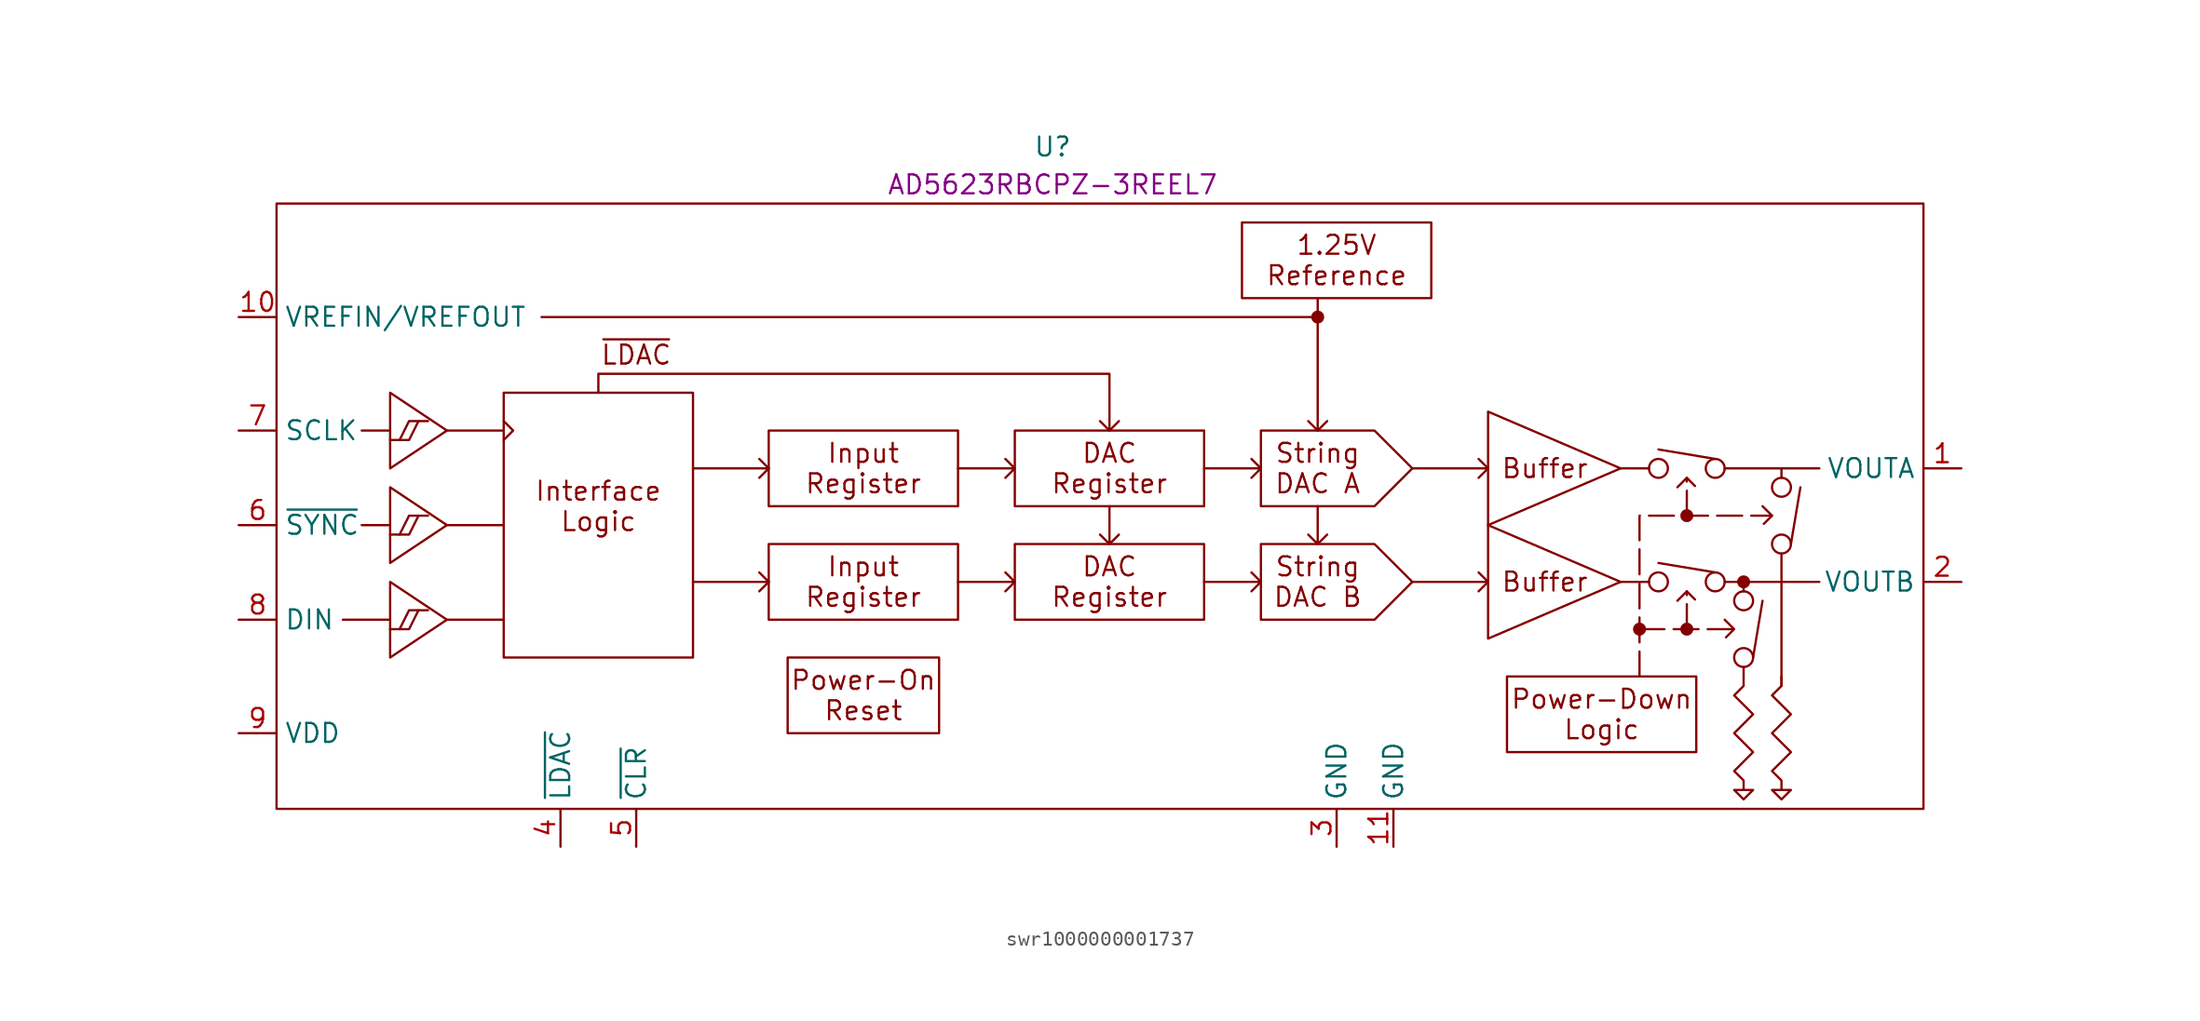
<source format=kicad_sym>
(kicad_symbol_lib
  (version 20220914)
  (generator kicad_symbol_editor)
  (symbol "swr1000000001737"
    (property "Reference" "U"
      (at 0 3.81 0)
      (effects (font (size 1.27 1.27))))
    (property "PartValue" "AD5623RBCPZ-3REEL7"
      (at 0 1.27 0)
      (effects (font (size 1.27 1.27))))
    (symbol "swr1000000001737_0_0"
      (pin output line (at 60.96 -17.78 180) (length 2.54) (name "VOUTA" (effects (font (size 1.27 1.27)))) (number "1" (effects (font (size 1.27 1.27)))))
      (pin power_in line (at -54.61 -7.62 0) (length 2.54) (name "VREFIN/VREFOUT" (effects (font (size 1.27 1.27)))) (number "10" (effects (font (size 1.27 1.27)))))
      (pin output line (at 60.96 -25.4 180) (length 2.54) (name "VOUTB" (effects (font (size 1.27 1.27)))) (number "2" (effects (font (size 1.27 1.27)))))
      (pin power_in line (at 19.05 -43.18 90) (length 2.54) (name "GND" (effects (font (size 1.27 1.27)))) (number "3" (effects (font (size 1.27 1.27)))))
      (pin power_in line (at -33.02 -43.18 90) (length 2.54) (name "~{LDAC}" (effects (font (size 1.27 1.27)))) (number "4" (effects (font (size 1.27 1.27)))))
      (pin power_in line (at -27.94 -43.18 90) (length 2.54) (name "~{CLR}" (effects (font (size 1.27 1.27)))) (number "5" (effects (font (size 1.27 1.27)))))
      (pin power_in line (at -54.61 -21.59 0) (length 2.54) (name "~{SYNC}" (effects (font (size 1.27 1.27)))) (number "6" (effects (font (size 1.27 1.27)))))
      (pin power_in line (at -54.61 -15.24 0) (length 2.54) (name "SCLK" (effects (font (size 1.27 1.27)))) (number "7" (effects (font (size 1.27 1.27)))))
      (pin power_in line (at -54.61 -27.94 0) (length 2.54) (name "DIN" (effects (font (size 1.27 1.27)))) (number "8" (effects (font (size 1.27 1.27)))))
      (pin power_in line (at -54.61 -35.56 0) (length 2.54) (name "VDD" (effects (font (size 1.27 1.27)))) (number "9" (effects (font (size 1.27 1.27))))))
    (symbol "swr1000000001737_0_1"
      (polyline (pts (xy -43.815 -28.575) (xy -43.18 -27.305) (xy -42.545 -27.305)) (stroke (width 0) (type default)) (fill (type none)))
      (polyline (pts (xy -43.815 -22.225) (xy -43.18 -20.955) (xy -42.545 -20.955)) (stroke (width 0) (type default)) (fill (type none)))
      (polyline (pts (xy -43.815 -15.875) (xy -43.18 -14.605) (xy -42.545 -14.605)) (stroke (width 0) (type default)) (fill (type none)))
      (polyline (pts (xy -41.91 -27.305) (xy -42.545 -27.305) (xy -43.18 -28.575) (xy -44.45 -28.575)) (stroke (width 0) (type default)) (fill (type none)))
      (polyline (pts (xy -41.91 -20.955) (xy -42.545 -20.955) (xy -43.18 -22.225) (xy -44.45 -22.225)) (stroke (width 0) (type default)) (fill (type none)))
      (polyline (pts (xy -41.91 -14.605) (xy -42.545 -14.605) (xy -43.18 -15.875) (xy -44.45 -15.875)) (stroke (width 0) (type default)) (fill (type none)))
      (polyline (pts (xy -44.45 -25.4) (xy -44.45 -29.21) (xy -44.45 -30.48) (xy -40.64 -27.94) (xy -44.45 -25.4)) (stroke (width 0) (type default)) (fill (type none)))
      (polyline (pts (xy -44.45 -19.05) (xy -44.45 -22.86) (xy -44.45 -24.13) (xy -40.64 -21.59) (xy -44.45 -19.05)) (stroke (width 0) (type default)) (fill (type none)))
      (polyline (pts (xy -44.45 -12.7) (xy -44.45 -16.51) (xy -44.45 -17.78) (xy -40.64 -15.24) (xy -44.45 -12.7)) (stroke (width 0) (type default)) (fill (type none))))
    (symbol "swr1000000001737_1_0"
      (pin power_in line (at 22.86 -43.18 90) (length 2.54) (name "GND" (effects (font (size 1.27 1.27)))) (number "11" (effects (font (size 1.27 1.27))))))
    (symbol "swr1000000001737_1_1"
      (rectangle (start -52.07 0) (end 58.42 -40.64) (stroke (width 0) (type default)) (fill (type none)))
      (rectangle (start -36.83 -12.7) (end -24.13 -30.48) (stroke (width 0) (type default)) (fill (type none)))
      (rectangle (start -19.05 -22.86) (end -6.35 -27.94) (stroke (width 0) (type default)) (fill (type none)))
      (rectangle (start -19.05 -15.24) (end -6.35 -20.32) (stroke (width 0) (type default)) (fill (type none)))
      (rectangle (start -17.78 -30.48) (end -7.62 -35.56) (stroke (width 0) (type default)) (fill (type none)))
      (rectangle (start -2.54 -22.86) (end 10.16 -27.94) (stroke (width 0) (type default)) (fill (type none)))
      (rectangle (start -2.54 -15.24) (end 10.16 -20.32) (stroke (width 0) (type default)) (fill (type none)))
      (polyline (pts (xy -44.45 -27.94) (xy -47.625 -27.94)) (stroke (width 0) (type default)) (fill (type none)))
      (polyline (pts (xy -44.45 -21.59) (xy -46.355 -21.59)) (stroke (width 0) (type default)) (fill (type none)))
      (polyline (pts (xy -44.45 -15.24) (xy -46.355 -15.24)) (stroke (width 0) (type default)) (fill (type none)))
      (polyline (pts (xy -40.64 -27.94) (xy -36.83 -27.94)) (stroke (width 0) (type default)) (fill (type none)))
      (polyline (pts (xy -40.64 -21.59) (xy -36.83 -21.59)) (stroke (width 0) (type default)) (fill (type none)))
      (polyline (pts (xy -40.64 -15.24) (xy -36.83 -15.24)) (stroke (width 0) (type default)) (fill (type none)))
      (polyline (pts (xy -34.29 -7.62) (xy 17.78 -7.62)) (stroke (width 0) (type default)) (fill (type none)))
      (polyline (pts (xy -24.13 -17.78) (xy -19.05 -17.78)) (stroke (width 0) (type default)) (fill (type none)))
      (polyline (pts (xy -19.05 -25.4) (xy -24.13 -25.4)) (stroke (width 0) (type default)) (fill (type none)))
      (polyline (pts (xy -19.05 -25.4) (xy -19.685 -26.035)) (stroke (width 0) (type default)) (fill (type none)))
      (polyline (pts (xy -19.05 -25.4) (xy -19.685 -24.765)) (stroke (width 0) (type default)) (fill (type none)))
      (polyline (pts (xy -19.05 -17.78) (xy -19.685 -18.415)) (stroke (width 0) (type default)) (fill (type none)))
      (polyline (pts (xy -19.05 -17.78) (xy -19.685 -17.145)) (stroke (width 0) (type default)) (fill (type none)))
      (polyline (pts (xy 17.78 -6.35) (xy 17.78 -15.24)) (stroke (width 0) (type default)) (fill (type none)))
      (polyline (pts (xy 24.13 -25.4) (xy 29.21 -25.4)) (stroke (width 0) (type default)) (fill (type none)))
      (polyline (pts (xy 24.13 -17.78) (xy 29.21 -17.78)) (stroke (width 0) (type default)) (fill (type none)))
      (polyline (pts (xy 38.1 -25.4) (xy 40.005 -25.4)) (stroke (width 0) (type default)) (fill (type none)))
      (polyline (pts (xy 38.1 -17.78) (xy 40.005 -17.78)) (stroke (width 0) (type default)) (fill (type none)))
      (polyline (pts (xy 39.37 -28.575) (xy 45.72 -28.575)) (stroke (width 0) (type dash)) (fill (type none)))
      (polyline (pts (xy 42.545 -28.575) (xy 42.545 -26.035)) (stroke (width 0) (type dash)) (fill (type none)))
      (polyline (pts (xy 42.545 -20.955) (xy 42.545 -18.415)) (stroke (width 0) (type dash)) (fill (type none)))
      (polyline (pts (xy 44.45 -24.765) (xy 40.64 -24.13)) (stroke (width 0) (type default)) (fill (type none)))
      (polyline (pts (xy 44.45 -17.145) (xy 40.64 -16.51)) (stroke (width 0) (type default)) (fill (type none)))
      (polyline (pts (xy 45.085 -25.4) (xy 51.435 -25.4)) (stroke (width 0) (type default)) (fill (type none)))
      (polyline (pts (xy 45.085 -17.78) (xy 51.435 -17.78)) (stroke (width 0) (type default)) (fill (type none)))
      (polyline (pts (xy 46.355 -26.035) (xy 46.355 -25.4)) (stroke (width 0) (type default)) (fill (type none)))
      (polyline (pts (xy 46.99 -30.48) (xy 47.625 -26.67)) (stroke (width 0) (type default)) (fill (type none)))
      (polyline (pts (xy 48.895 -32.385) (xy 48.895 -23.495)) (stroke (width 0) (type default)) (fill (type none)))
      (polyline (pts (xy 48.895 -18.415) (xy 48.895 -17.78)) (stroke (width 0) (type default)) (fill (type none)))
      (polyline (pts (xy 49.53 -22.86) (xy 50.165 -19.05)) (stroke (width 0) (type default)) (fill (type none)))
      (polyline (pts (xy -36.83 -14.605) (xy -36.195 -15.24) (xy -36.83 -15.875)) (stroke (width 0) (type default)) (fill (type none)))
      (polyline (pts (xy 4.445 -14.605) (xy 3.81 -15.24) (xy 3.175 -14.605)) (stroke (width 0) (type default)) (fill (type none)))
      (polyline (pts (xy 39.37 -31.75) (xy 39.37 -20.955) (xy 48.26 -20.955)) (stroke (width 0) (type dash)) (fill (type none)))
      (polyline (pts (xy 41.91 -26.67) (xy 42.545 -26.035) (xy 43.18 -26.67)) (stroke (width 0) (type dash)) (fill (type none)))
      (polyline (pts (xy 41.91 -19.05) (xy 42.545 -18.415) (xy 43.18 -19.05)) (stroke (width 0) (type dash)) (fill (type none)))
      (polyline (pts (xy 45.085 -27.94) (xy 45.72 -28.575) (xy 45.085 -29.21)) (stroke (width 0) (type dash)) (fill (type none)))
      (polyline (pts (xy 47.625 -20.32) (xy 48.26 -20.955) (xy 47.625 -21.59)) (stroke (width 0) (type dash)) (fill (type none)))
      (polyline (pts (xy -30.48 -12.7) (xy -30.48 -11.43) (xy 3.81 -11.43) (xy 3.81 -15.24)) (stroke (width 0) (type default)) (fill (type none)))
      (polyline (pts (xy 17.78 -15.24) (xy 18.415 -14.605) (xy 17.78 -15.24) (xy 17.145 -14.605)) (stroke (width 0) (type default)) (fill (type none)))
      (polyline (pts (xy 29.21 -25.4) (xy 28.575 -24.765) (xy 29.21 -25.4) (xy 28.575 -26.035)) (stroke (width 0) (type default)) (fill (type none)))
      (polyline (pts (xy 29.21 -21.59) (xy 29.21 -29.21) (xy 38.1 -25.4) (xy 29.21 -21.59)) (stroke (width 0) (type default)) (fill (type none)))
      (polyline (pts (xy 29.21 -17.78) (xy 28.575 -17.145) (xy 29.21 -17.78) (xy 28.575 -18.415)) (stroke (width 0) (type default)) (fill (type none)))
      (polyline (pts (xy 29.21 -13.97) (xy 29.21 -21.59) (xy 38.1 -17.78) (xy 29.21 -13.97)) (stroke (width 0) (type default)) (fill (type none)))
      (polyline (pts (xy -6.35 -25.4) (xy -2.54 -25.4) (xy -3.175 -24.765) (xy -2.54 -25.4) (xy -3.175 -26.035)) (stroke (width 0) (type default)) (fill (type none)))
      (polyline (pts (xy -6.35 -17.78) (xy -2.54 -17.78) (xy -3.175 -17.145) (xy -2.54 -17.78) (xy -3.175 -18.415)) (stroke (width 0) (type default)) (fill (type none)))
      (polyline (pts (xy 3.81 -20.32) (xy 3.81 -22.86) (xy 4.445 -22.225) (xy 3.81 -22.86) (xy 3.175 -22.225)) (stroke (width 0) (type default)) (fill (type none)))
      (polyline (pts (xy 10.16 -25.4) (xy 13.97 -25.4) (xy 13.335 -24.765) (xy 13.97 -25.4) (xy 13.335 -26.035)) (stroke (width 0) (type default)) (fill (type none)))
      (polyline (pts (xy 10.16 -17.78) (xy 13.97 -17.78) (xy 13.335 -17.145) (xy 13.97 -17.78) (xy 13.335 -18.415)) (stroke (width 0) (type default)) (fill (type none)))
      (polyline (pts (xy 17.78 -20.32) (xy 17.78 -22.86) (xy 18.415 -22.225) (xy 17.78 -22.86) (xy 17.145 -22.225)) (stroke (width 0) (type default)) (fill (type none)))
      (polyline (pts (xy 13.97 -22.86) (xy 13.97 -27.94) (xy 21.59 -27.94) (xy 24.13 -25.4) (xy 21.59 -22.86) (xy 13.97 -22.86)) (stroke (width 0) (type default)) (fill (type none)))
      (polyline (pts (xy 13.97 -15.24) (xy 13.97 -20.32) (xy 21.59 -20.32) (xy 24.13 -17.78) (xy 21.59 -15.24) (xy 13.97 -15.24)) (stroke (width 0) (type default)) (fill (type none)))
      (polyline (pts (xy 46.355 -31.115) (xy 46.355 -32.385) (xy 45.72 -33.02) (xy 46.99 -34.29) (xy 45.72 -35.56) (xy 46.99 -36.83) (xy 45.72 -38.1) (xy 46.355 -38.735) (xy 46.355 -39.37) (xy 45.72 -39.37) (xy 46.355 -40.005) (xy 46.99 -39.37) (xy 46.355 -39.37)) (stroke (width 0) (type default)) (fill (type none)))
      (polyline (pts (xy 48.895 -31.75) (xy 48.895 -32.385) (xy 48.26 -33.02) (xy 49.53 -34.29) (xy 48.26 -35.56) (xy 49.53 -36.83) (xy 48.26 -38.1) (xy 48.895 -38.735) (xy 48.895 -39.37) (xy 48.26 -39.37) (xy 48.895 -40.005) (xy 49.53 -39.37) (xy 48.895 -39.37)) (stroke (width 0) (type default)) (fill (type none)))
      (rectangle (start 12.7 -1.27) (end 25.4 -6.35) (stroke (width 0) (type default)) (fill (type none)))
      (circle (center 17.78 -7.62) (radius 0.359) (stroke (width 0) (type default)) (fill (type outline)))
      (rectangle (start 30.48 -31.75) (end 43.18 -36.83) (stroke (width 0) (type default)) (fill (type none)))
      (circle (center 39.37 -28.575) (radius 0.359) (stroke (width 0) (type default)) (fill (type outline)))
      (circle (center 40.64 -25.4) (radius 0.635) (stroke (width 0) (type default)) (fill (type none)))
      (circle (center 40.64 -17.78) (radius 0.635) (stroke (width 0) (type default)) (fill (type none)))
      (circle (center 42.545 -28.575) (radius 0.359) (stroke (width 0) (type default)) (fill (type outline)))
      (circle (center 42.545 -20.955) (radius 0.359) (stroke (width 0) (type default)) (fill (type outline)))
      (circle (center 44.45 -25.4) (radius 0.635) (stroke (width 0) (type default)) (fill (type none)))
      (circle (center 44.45 -17.78) (radius 0.635) (stroke (width 0) (type default)) (fill (type none)))
      (circle (center 46.355 -30.48) (radius 0.635) (stroke (width 0) (type default)) (fill (type none)))
      (circle (center 46.355 -26.67) (radius 0.635) (stroke (width 0) (type default)) (fill (type none)))
      (circle (center 46.355 -25.4) (radius 0.359) (stroke (width 0) (type default)) (fill (type outline)))
      (circle (center 48.895 -22.86) (radius 0.635) (stroke (width 0) (type default)) (fill (type none)))
      (circle (center 48.895 -19.05) (radius 0.635) (stroke (width 0) (type default)) (fill (type none)))
      (text "1.25V\nReference" (at 19.05 -3.81 0) (effects (font (size 1.27 1.27))))
      (text "Buffer" (at 33.02 -25.4 0) (effects (font (size 1.27 1.27))))
      (text "Buffer" (at 33.02 -17.78 0) (effects (font (size 1.27 1.27))))
      (text "DAC\nRegister" (at 3.81 -25.4 0) (effects (font (size 1.27 1.27))))
      (text "DAC\nRegister" (at 3.81 -17.78 0) (effects (font (size 1.27 1.27))))
      (text "Input\nRegister" (at -12.7 -25.4 0) (effects (font (size 1.27 1.27))))
      (text "Input\nRegister" (at -12.7 -17.78 0) (effects (font (size 1.27 1.27))))
      (text "Interface\nLogic" (at -30.48 -20.32 0) (effects (font (size 1.27 1.27))))
      (text "Power-Down\nLogic" (at 36.83 -34.29 0) (effects (font (size 1.27 1.27))))
      (text "Power-On\nReset" (at -12.7 -33.02 0) (effects (font (size 1.27 1.27))))
      (text "String\nDAC A" (at 17.78 -17.78 0) (effects (font (size 1.27 1.27))))
      (text "String\nDAC B" (at 17.78 -25.4 0) (effects (font (size 1.27 1.27))))
      (text "~{LDAC}" (at -27.94 -10.16 0) (effects (font (size 1.27 1.27)))))))
</source>
